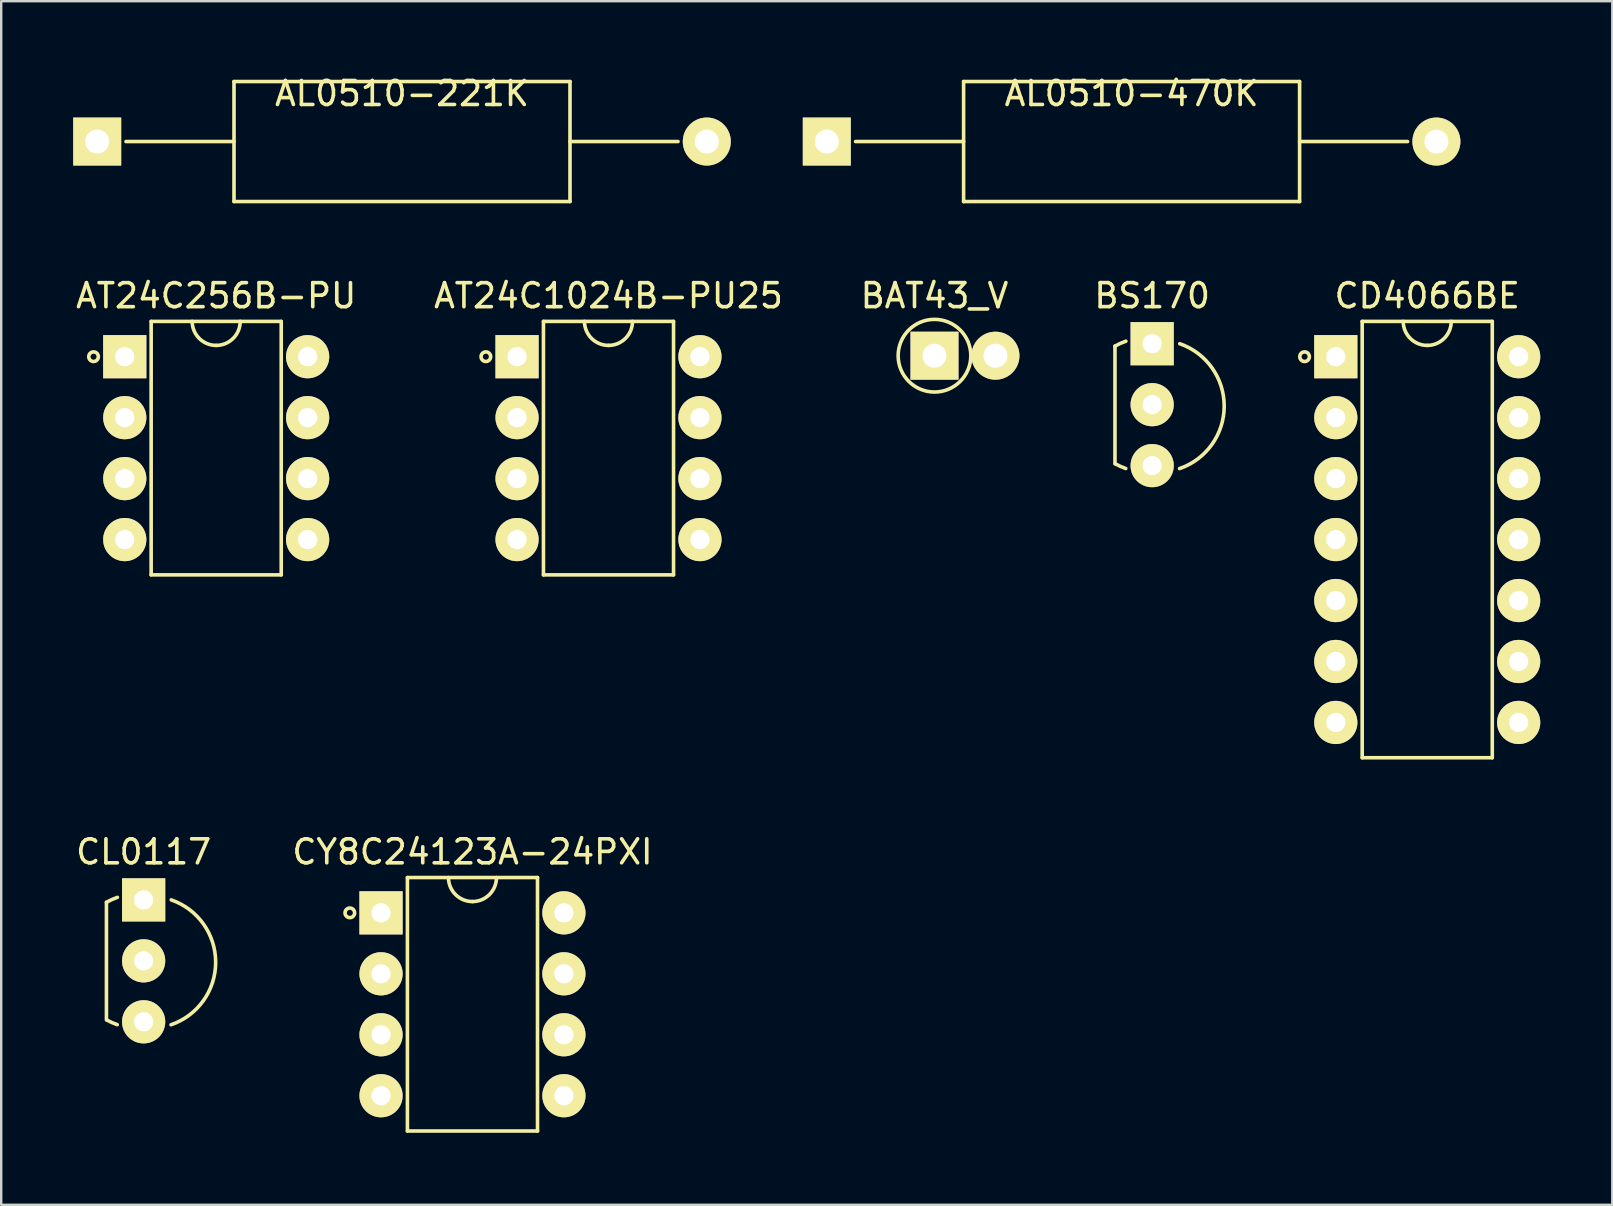
<source format=kicad_pcb>
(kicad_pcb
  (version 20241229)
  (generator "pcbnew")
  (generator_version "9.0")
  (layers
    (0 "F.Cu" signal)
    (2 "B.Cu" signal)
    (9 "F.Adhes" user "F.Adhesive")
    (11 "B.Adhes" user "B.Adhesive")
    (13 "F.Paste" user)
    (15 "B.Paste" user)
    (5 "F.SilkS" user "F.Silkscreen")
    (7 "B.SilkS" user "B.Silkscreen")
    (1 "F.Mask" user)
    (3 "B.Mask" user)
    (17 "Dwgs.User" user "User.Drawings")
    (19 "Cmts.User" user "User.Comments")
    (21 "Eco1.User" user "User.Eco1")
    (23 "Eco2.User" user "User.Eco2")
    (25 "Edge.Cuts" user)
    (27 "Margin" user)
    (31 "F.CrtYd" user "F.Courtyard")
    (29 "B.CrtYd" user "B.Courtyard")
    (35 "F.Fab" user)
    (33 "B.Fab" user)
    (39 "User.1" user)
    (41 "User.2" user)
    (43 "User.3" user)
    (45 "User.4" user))
  (footprint "AL0510-470K"
    (layer "F.Cu")
    (at 31.4 2.848)
    (property "Reference" "AL0510-470K" (at 12.7 -2 0) (layer "F.SilkS") (effects (font (size 1 1) (thickness 0.15))))
    (attr through_hole)
    (fp_line (start 1.2 0) (end 5.7 0) (stroke (width 0.15) (type solid)) (layer "F.SilkS"))
    (fp_line (start 5.7 -2.5) (end 5.7 2.5) (stroke (width 0.15) (type solid)) (layer "F.SilkS"))
    (fp_line (start 5.7 -2.5) (end 19.7 -2.5) (stroke (width 0.15) (type solid)) (layer "F.SilkS"))
    (fp_line (start 5.7 2.5) (end 19.7 2.5) (stroke (width 0.15) (type solid)) (layer "F.SilkS"))
    (fp_line (start 19.7 0) (end 24.2 0) (stroke (width 0.15) (type solid)) (layer "F.SilkS"))
    (fp_line (start 19.7 2.5) (end 19.7 -2.5) (stroke (width 0.15) (type solid)) (layer "F.SilkS"))
    (pad "1" thru_hole rect (at 0 0) (size 2 2) (drill 1) (layers "*.Cu" "*.Mask" "F.SilkS"))
    (pad "2" thru_hole circle (at 25.4 0) (size 2 2) (drill 1) (layers "*.Cu" "*.Mask" "F.SilkS")))
  (footprint "CL0117"
    (layer "F.Cu")
    (at 2.935 34.445)
    (property "Reference" "CL0117" (at 0 -2 0) (layer "F.SilkS") (effects (font (size 1 1) (thickness 0.15))))
    (attr through_hole)
    (fp_line (start -1.55 5) (end -1.55 0.1) (stroke (width 0.15) (type solid)) (layer "F.SilkS"))
    (fp_arc (start -1.55 0.1) (mid -1.326783 -0.012505) (end -1.09461 -0.105127) (stroke (width 0.15) (type solid)) (layer "F.SilkS"))
    (fp_arc (start -1.1 5.2) (mid -1.32318 5.111666) (end -1.537812 5.004217) (stroke (width 0.15) (type solid)) (layer "F.SilkS"))
    (fp_arc (start 1.15 0) (mid 3.00136 2.60449) (end 1.14151 5.202923) (stroke (width 0.15) (type solid)) (layer "F.SilkS"))
    (pad "1" thru_hole rect (at 0 0) (size 1.8 1.8) (drill 0.8) (layers "*.Cu" "*.Mask" "F.SilkS"))
    (pad "2" thru_hole circle (at 0 2.54) (size 1.8 1.8) (drill 0.8) (layers "*.Cu" "*.Mask" "F.SilkS"))
    (pad "3" thru_hole circle (at 0 5.08) (size 1.8 1.8) (drill 0.8) (layers "*.Cu" "*.Mask" "F.SilkS")))
  (footprint "CY8C24123A-24PXI"
    (layer "F.Cu")
    (at 12.826 34.985)
    (property "Reference" "CY8C24123A-24PXI" (at 3.81 -2.54 0) (layer "F.SilkS") (effects (font (size 1 1) (thickness 0.15))))
    (attr through_hole)
    (fp_line (start 1.1 -1.47) (end 6.52 -1.47) (stroke (width 0.15) (type solid)) (layer "F.SilkS"))
    (fp_line (start 1.1 9.09) (end 1.1 -1.47) (stroke (width 0.15) (type solid)) (layer "F.SilkS"))
    (fp_line (start 6.52 -1.47) (end 6.52 9.09) (stroke (width 0.15) (type solid)) (layer "F.SilkS"))
    (fp_line (start 6.52 9.09) (end 1.1 9.09) (stroke (width 0.15) (type solid)) (layer "F.SilkS"))
    (fp_arc (start 3.81 -0.47) (mid 3.102893 -0.762893) (end 2.81 -1.47) (stroke (width 0.15) (type solid)) (layer "F.SilkS"))
    (fp_arc (start 4.81 -1.47) (mid 4.517107 -0.762893) (end 3.81 -0.47) (stroke (width 0.15) (type solid)) (layer "F.SilkS"))
    (fp_circle (center -1.3 0) (end -1.3 0.2) (stroke (width 0.15) (type solid)) (fill no) (layer "F.SilkS"))
    (pad "1" thru_hole rect (at 0 0) (size 1.8 1.8) (drill 0.8) (layers "*.Cu" "*.Mask" "F.SilkS"))
    (pad "2" thru_hole circle (at 0 2.54) (size 1.8 1.8) (drill 0.8) (layers "*.Cu" "*.Mask" "F.SilkS"))
    (pad "3" thru_hole circle (at 0 5.08) (size 1.8 1.8) (drill 0.8) (layers "*.Cu" "*.Mask" "F.SilkS"))
    (pad "4" thru_hole circle (at 0 7.62) (size 1.8 1.8) (drill 0.8) (layers "*.Cu" "*.Mask" "F.SilkS"))
    (pad "5" thru_hole circle (at 7.62 7.62) (size 1.8 1.8) (drill 0.8) (layers "*.Cu" "*.Mask" "F.SilkS"))
    (pad "6" thru_hole circle (at 7.62 5.08) (size 1.8 1.8) (drill 0.8) (layers "*.Cu" "*.Mask" "F.SilkS"))
    (pad "7" thru_hole circle (at 7.62 2.54) (size 1.8 1.8) (drill 0.8) (layers "*.Cu" "*.Mask" "F.SilkS"))
    (pad "8" thru_hole circle (at 7.62 0) (size 1.8 1.8) (drill 0.8) (layers "*.Cu" "*.Mask" "F.SilkS")))
  (footprint "AL0510-221K"
    (layer "F.Cu")
    (at 1 2.848)
    (property "Reference" "AL0510-221K" (at 12.7 -2 0) (layer "F.SilkS") (effects (font (size 1 1) (thickness 0.15))))
    (attr through_hole)
    (fp_line (start 1.2 0) (end 5.7 0) (stroke (width 0.15) (type solid)) (layer "F.SilkS"))
    (fp_line (start 5.7 -2.5) (end 5.7 2.5) (stroke (width 0.15) (type solid)) (layer "F.SilkS"))
    (fp_line (start 5.7 -2.5) (end 19.7 -2.5) (stroke (width 0.15) (type solid)) (layer "F.SilkS"))
    (fp_line (start 5.7 2.5) (end 19.7 2.5) (stroke (width 0.15) (type solid)) (layer "F.SilkS"))
    (fp_line (start 19.7 0) (end 24.2 0) (stroke (width 0.15) (type solid)) (layer "F.SilkS"))
    (fp_line (start 19.7 2.5) (end 19.7 -2.5) (stroke (width 0.15) (type solid)) (layer "F.SilkS"))
    (pad "1" thru_hole rect (at 0 0) (size 2 2) (drill 1) (layers "*.Cu" "*.Mask" "F.SilkS"))
    (pad "2" thru_hole circle (at 25.4 0) (size 2 2) (drill 1) (layers "*.Cu" "*.Mask" "F.SilkS")))
  (footprint "AT24C1024B-PU25"
    (layer "F.Cu")
    (at 18.494 11.812)
    (property "Reference" "AT24C1024B-PU25" (at 3.81 -2.54 0) (layer "F.SilkS") (effects (font (size 1 1) (thickness 0.15))))
    (attr through_hole)
    (fp_line (start 1.1 -1.47) (end 6.52 -1.47) (stroke (width 0.15) (type solid)) (layer "F.SilkS"))
    (fp_line (start 1.1 9.09) (end 1.1 -1.47) (stroke (width 0.15) (type solid)) (layer "F.SilkS"))
    (fp_line (start 6.52 -1.47) (end 6.52 9.09) (stroke (width 0.15) (type solid)) (layer "F.SilkS"))
    (fp_line (start 6.52 9.09) (end 1.1 9.09) (stroke (width 0.15) (type solid)) (layer "F.SilkS"))
    (fp_arc (start 3.81 -0.47) (mid 3.102893 -0.762893) (end 2.81 -1.47) (stroke (width 0.15) (type solid)) (layer "F.SilkS"))
    (fp_arc (start 4.81 -1.47) (mid 4.517107 -0.762893) (end 3.81 -0.47) (stroke (width 0.15) (type solid)) (layer "F.SilkS"))
    (fp_circle (center -1.3 0) (end -1.3 0.2) (stroke (width 0.15) (type solid)) (fill no) (layer "F.SilkS"))
    (pad "1" thru_hole rect (at 0 0) (size 1.8 1.8) (drill 0.8) (layers "*.Cu" "*.Mask" "F.SilkS"))
    (pad "2" thru_hole circle (at 0 2.54) (size 1.8 1.8) (drill 0.8) (layers "*.Cu" "*.Mask" "F.SilkS"))
    (pad "3" thru_hole circle (at 0 5.08) (size 1.8 1.8) (drill 0.8) (layers "*.Cu" "*.Mask" "F.SilkS"))
    (pad "4" thru_hole circle (at 0 7.62) (size 1.8 1.8) (drill 0.8) (layers "*.Cu" "*.Mask" "F.SilkS"))
    (pad "5" thru_hole circle (at 7.62 7.62) (size 1.8 1.8) (drill 0.8) (layers "*.Cu" "*.Mask" "F.SilkS"))
    (pad "6" thru_hole circle (at 7.62 5.08) (size 1.8 1.8) (drill 0.8) (layers "*.Cu" "*.Mask" "F.SilkS"))
    (pad "7" thru_hole circle (at 7.62 2.54) (size 1.8 1.8) (drill 0.8) (layers "*.Cu" "*.Mask" "F.SilkS"))
    (pad "8" thru_hole circle (at 7.62 0) (size 1.8 1.8) (drill 0.8) (layers "*.Cu" "*.Mask" "F.SilkS")))
  (footprint "BS170"
    (layer "F.Cu")
    (at 44.957 11.271)
    (property "Reference" "BS170" (at 0 -2 0) (layer "F.SilkS") (effects (font (size 1 1) (thickness 0.15))))
    (attr through_hole)
    (fp_line (start -1.55 5) (end -1.55 0.1) (stroke (width 0.15) (type solid)) (layer "F.SilkS"))
    (fp_arc (start -1.55 0.1) (mid -1.326783 -0.012505) (end -1.09461 -0.105127) (stroke (width 0.15) (type solid)) (layer "F.SilkS"))
    (fp_arc (start -1.1 5.2) (mid -1.32318 5.111666) (end -1.537812 5.004217) (stroke (width 0.15) (type solid)) (layer "F.SilkS"))
    (fp_arc (start 1.15 0) (mid 3.00136 2.60449) (end 1.14151 5.202923) (stroke (width 0.15) (type solid)) (layer "F.SilkS"))
    (pad "1" thru_hole rect (at 0 0) (size 1.8 1.8) (drill 0.8) (layers "*.Cu" "*.Mask" "F.SilkS"))
    (pad "2" thru_hole circle (at 0 2.54) (size 1.8 1.8) (drill 0.8) (layers "*.Cu" "*.Mask" "F.SilkS"))
    (pad "3" thru_hole circle (at 0 5.08) (size 1.8 1.8) (drill 0.8) (layers "*.Cu" "*.Mask" "F.SilkS")))
  (footprint "BAT43_V"
    (layer "F.Cu")
    (at 35.887 11.771)
    (property "Reference" "BAT43_V" (at 0 -2.5 0) (layer "F.SilkS") (effects (font (size 1 1) (thickness 0.15))))
    (attr through_hole)
    (fp_circle (center 0 0) (end 0 -1.514) (stroke (width 0.15) (type solid)) (fill no) (layer "F.SilkS"))
    (pad "1" thru_hole rect (at 0 0) (size 2 2) (drill 1) (layers "*.Cu" "*.Mask" "F.SilkS"))
    (pad "2" thru_hole circle (at 2.54 0) (size 2 2) (drill 1) (layers "*.Cu" "*.Mask" "F.SilkS")))
  (footprint "CD4066BE"
    (layer "F.Cu")
    (at 52.608 11.812)
    (property "Reference" "CD4066BE" (at 3.81 -2.54 0) (layer "F.SilkS") (effects (font (size 1 1) (thickness 0.15))))
    (attr through_hole)
    (fp_line (start 1.1 -1.47) (end 6.52 -1.47) (stroke (width 0.15) (type solid)) (layer "F.SilkS"))
    (fp_line (start 1.1 16.71) (end 1.1 -1.47) (stroke (width 0.15) (type solid)) (layer "F.SilkS"))
    (fp_line (start 6.52 -1.47) (end 6.52 16.71) (stroke (width 0.15) (type solid)) (layer "F.SilkS"))
    (fp_line (start 6.52 16.71) (end 1.1 16.71) (stroke (width 0.15) (type solid)) (layer "F.SilkS"))
    (fp_arc (start 3.81 -0.47) (mid 3.102893 -0.762893) (end 2.81 -1.47) (stroke (width 0.15) (type solid)) (layer "F.SilkS"))
    (fp_arc (start 4.81 -1.47) (mid 4.517107 -0.762893) (end 3.81 -0.47) (stroke (width 0.15) (type solid)) (layer "F.SilkS"))
    (fp_circle (center -1.3 0) (end -1.3 0.2) (stroke (width 0.15) (type solid)) (fill no) (layer "F.SilkS"))
    (pad "1" thru_hole rect (at 0 0) (size 1.8 1.8) (drill 0.8) (layers "*.Cu" "*.Mask" "F.SilkS"))
    (pad "2" thru_hole circle (at 0 2.54) (size 1.8 1.8) (drill 0.8) (layers "*.Cu" "*.Mask" "F.SilkS"))
    (pad "3" thru_hole circle (at 0 5.08) (size 1.8 1.8) (drill 0.8) (layers "*.Cu" "*.Mask" "F.SilkS"))
    (pad "4" thru_hole circle (at 0 7.62) (size 1.8 1.8) (drill 0.8) (layers "*.Cu" "*.Mask" "F.SilkS"))
    (pad "5" thru_hole circle (at 0 10.16) (size 1.8 1.8) (drill 0.8) (layers "*.Cu" "*.Mask" "F.SilkS"))
    (pad "6" thru_hole circle (at 0 12.7) (size 1.8 1.8) (drill 0.8) (layers "*.Cu" "*.Mask" "F.SilkS"))
    (pad "7" thru_hole circle (at 0 15.24) (size 1.8 1.8) (drill 0.8) (layers "*.Cu" "*.Mask" "F.SilkS"))
    (pad "8" thru_hole circle (at 7.62 15.24) (size 1.8 1.8) (drill 0.8) (layers "*.Cu" "*.Mask" "F.SilkS"))
    (pad "9" thru_hole circle (at 7.62 12.7) (size 1.8 1.8) (drill 0.8) (layers "*.Cu" "*.Mask" "F.SilkS"))
    (pad "10" thru_hole circle (at 7.62 10.16) (size 1.8 1.8) (drill 0.8) (layers "*.Cu" "*.Mask" "F.SilkS"))
    (pad "11" thru_hole circle (at 7.62 7.62) (size 1.8 1.8) (drill 0.8) (layers "*.Cu" "*.Mask" "F.SilkS"))
    (pad "12" thru_hole circle (at 7.62 5.08) (size 1.8 1.8) (drill 0.8) (layers "*.Cu" "*.Mask" "F.SilkS"))
    (pad "13" thru_hole circle (at 7.62 2.54) (size 1.8 1.8) (drill 0.8) (layers "*.Cu" "*.Mask" "F.SilkS"))
    (pad "14" thru_hole circle (at 7.62 0) (size 1.8 1.8) (drill 0.8) (layers "*.Cu" "*.Mask" "F.SilkS")))
  (footprint "AT24C256B-PU"
    (layer "F.Cu")
    (at 2.148 11.812)
    (property "Reference" "AT24C256B-PU" (at 3.81 -2.54 0) (layer "F.SilkS") (effects (font (size 1 1) (thickness 0.15))))
    (attr through_hole)
    (fp_line (start 1.1 -1.47) (end 6.52 -1.47) (stroke (width 0.15) (type solid)) (layer "F.SilkS"))
    (fp_line (start 1.1 9.09) (end 1.1 -1.47) (stroke (width 0.15) (type solid)) (layer "F.SilkS"))
    (fp_line (start 6.52 -1.47) (end 6.52 9.09) (stroke (width 0.15) (type solid)) (layer "F.SilkS"))
    (fp_line (start 6.52 9.09) (end 1.1 9.09) (stroke (width 0.15) (type solid)) (layer "F.SilkS"))
    (fp_arc (start 3.81 -0.47) (mid 3.102893 -0.762893) (end 2.81 -1.47) (stroke (width 0.15) (type solid)) (layer "F.SilkS"))
    (fp_arc (start 4.81 -1.47) (mid 4.517107 -0.762893) (end 3.81 -0.47) (stroke (width 0.15) (type solid)) (layer "F.SilkS"))
    (fp_circle (center -1.3 0) (end -1.3 0.2) (stroke (width 0.15) (type solid)) (fill no) (layer "F.SilkS"))
    (pad "1" thru_hole rect (at 0 0) (size 1.8 1.8) (drill 0.8) (layers "*.Cu" "*.Mask" "F.SilkS"))
    (pad "2" thru_hole circle (at 0 2.54) (size 1.8 1.8) (drill 0.8) (layers "*.Cu" "*.Mask" "F.SilkS"))
    (pad "3" thru_hole circle (at 0 5.08) (size 1.8 1.8) (drill 0.8) (layers "*.Cu" "*.Mask" "F.SilkS"))
    (pad "4" thru_hole circle (at 0 7.62) (size 1.8 1.8) (drill 0.8) (layers "*.Cu" "*.Mask" "F.SilkS"))
    (pad "5" thru_hole circle (at 7.62 7.62) (size 1.8 1.8) (drill 0.8) (layers "*.Cu" "*.Mask" "F.SilkS"))
    (pad "6" thru_hole circle (at 7.62 5.08) (size 1.8 1.8) (drill 0.8) (layers "*.Cu" "*.Mask" "F.SilkS"))
    (pad "7" thru_hole circle (at 7.62 2.54) (size 1.8 1.8) (drill 0.8) (layers "*.Cu" "*.Mask" "F.SilkS"))
    (pad "8" thru_hole circle (at 7.62 0) (size 1.8 1.8) (drill 0.8) (layers "*.Cu" "*.Mask" "F.SilkS")))
  (gr_rect
    (start -3 -3)
    (end 64.128 47.15)
    (stroke (width 0.1) (type default))
    (fill no)
    (layer "Edge.Cuts")))
</source>
